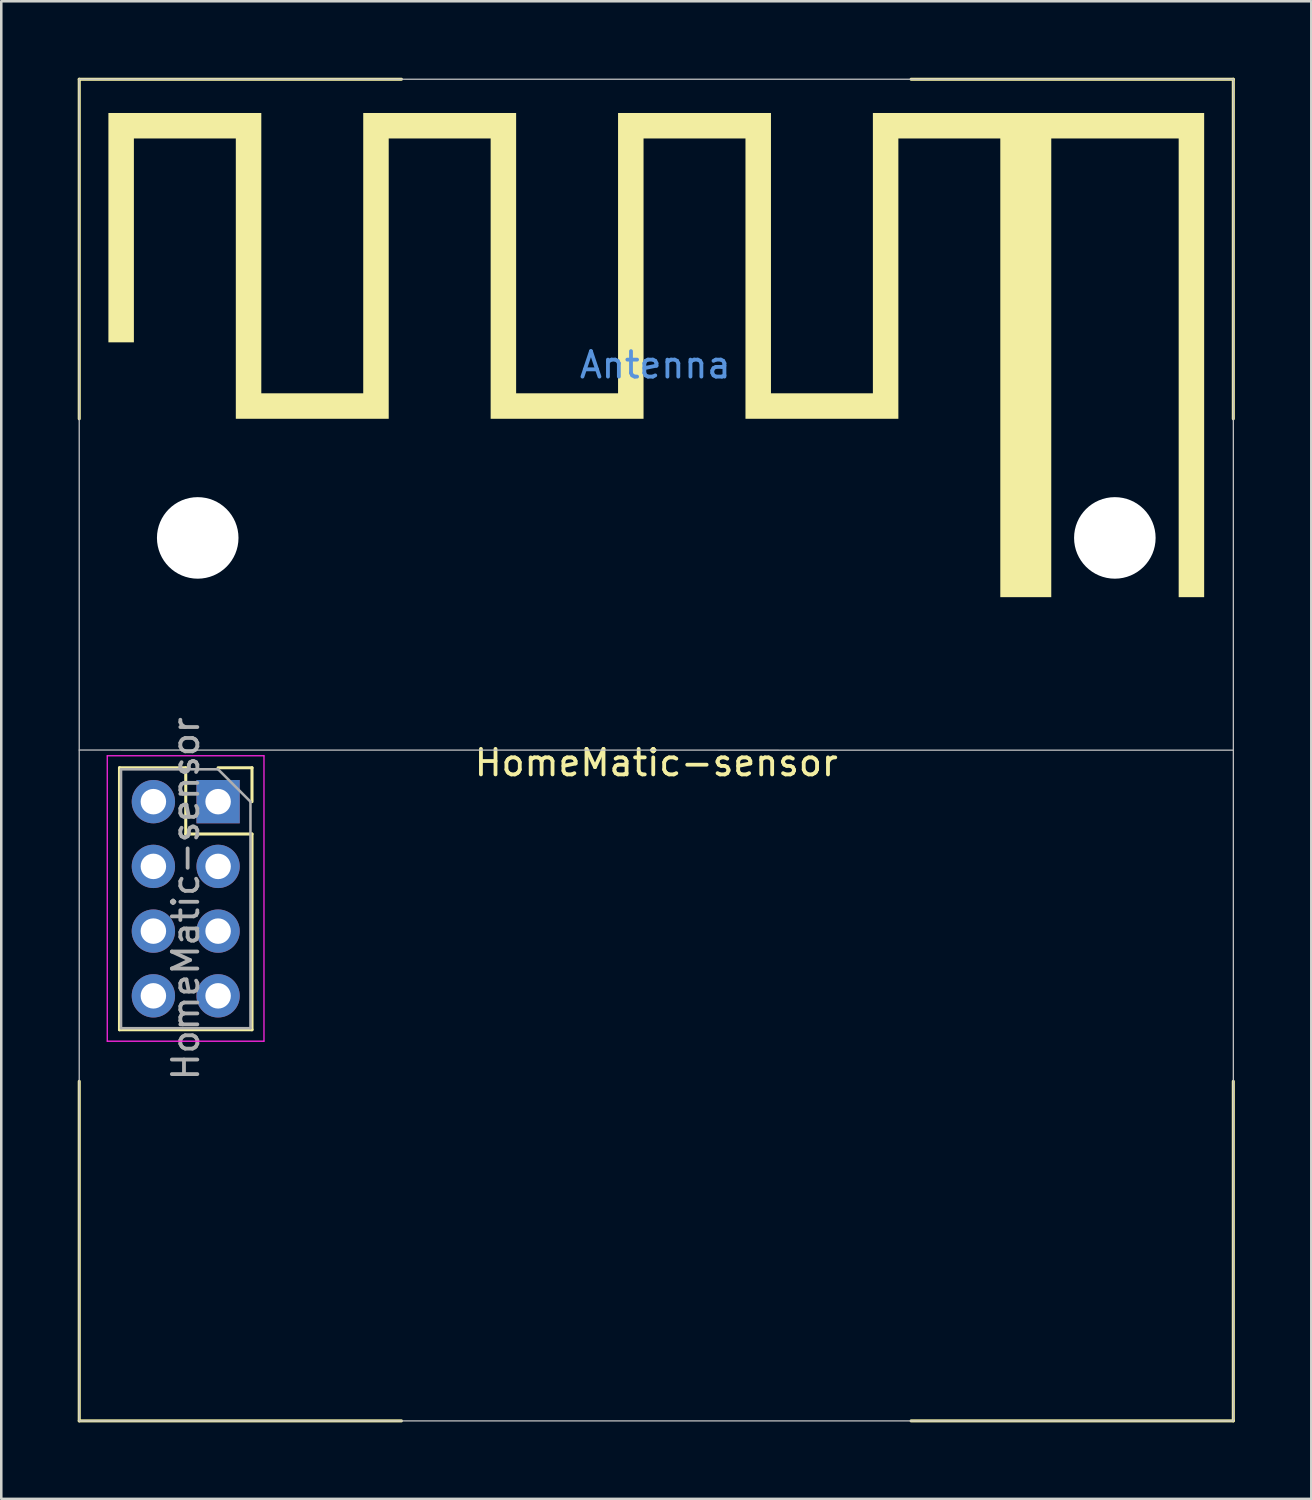
<source format=kicad_pcb>
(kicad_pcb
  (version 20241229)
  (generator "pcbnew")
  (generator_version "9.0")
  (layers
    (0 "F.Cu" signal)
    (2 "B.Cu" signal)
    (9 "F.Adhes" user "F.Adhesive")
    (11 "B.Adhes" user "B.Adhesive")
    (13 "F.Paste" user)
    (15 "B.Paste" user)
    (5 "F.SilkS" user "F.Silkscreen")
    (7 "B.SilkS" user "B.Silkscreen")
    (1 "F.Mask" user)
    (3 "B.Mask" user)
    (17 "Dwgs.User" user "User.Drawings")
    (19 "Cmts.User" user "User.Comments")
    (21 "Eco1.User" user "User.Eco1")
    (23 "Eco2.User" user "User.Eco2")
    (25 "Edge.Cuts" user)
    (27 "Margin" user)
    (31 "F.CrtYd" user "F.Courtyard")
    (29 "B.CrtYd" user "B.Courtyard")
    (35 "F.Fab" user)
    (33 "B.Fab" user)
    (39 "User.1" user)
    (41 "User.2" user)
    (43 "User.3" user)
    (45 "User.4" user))
  (footprint "HomeMatic-sensor"
    (layer "F.Cu")
    (at 22.704 26.384)
    (property "Reference" "HomeMatic-sensor" (at 0 0.5 0) (layer "F.SilkS") (effects (font (size 1 1) (thickness 0.15))))
    (attr through_hole)
    (fp_line (start -22.644 -26.324) (end -22.644 -13) (stroke (width 0.12) (type solid)) (layer "F.SilkS"))
    (fp_line (start -22.644 -26.324) (end -10.001 -26.324) (stroke (width 0.12) (type solid)) (layer "F.SilkS"))
    (fp_line (start -22.644 26.324) (end -22.644 13) (stroke (width 0.12) (type solid)) (layer "F.SilkS"))
    (fp_line (start -22.644 26.324) (end -10.001 26.324) (stroke (width 0.12) (type solid)) (layer "F.SilkS"))
    (fp_line (start -21.065 0.695) (end -21.065 10.975) (stroke (width 0.12) (type solid)) (layer "F.SilkS"))
    (fp_line (start -18.465 0.695) (end -21.065 0.695) (stroke (width 0.12) (type solid)) (layer "F.SilkS"))
    (fp_line (start -18.465 3.295) (end -18.465 0.695) (stroke (width 0.12) (type solid)) (layer "F.SilkS"))
    (fp_line (start -15.865 0.695) (end -17.195 0.695) (stroke (width 0.12) (type solid)) (layer "F.SilkS"))
    (fp_line (start -15.865 2.025) (end -15.865 0.695) (stroke (width 0.12) (type solid)) (layer "F.SilkS"))
    (fp_line (start -15.865 3.295) (end -18.465 3.295) (stroke (width 0.12) (type solid)) (layer "F.SilkS"))
    (fp_line (start -15.865 3.295) (end -15.865 10.975) (stroke (width 0.12) (type solid)) (layer "F.SilkS"))
    (fp_line (start -15.865 10.975) (end -21.065 10.975) (stroke (width 0.12) (type solid)) (layer "F.SilkS"))
    (fp_line (start 22.644 -26.324) (end 10.001 -26.324) (stroke (width 0.12) (type solid)) (layer "F.SilkS"))
    (fp_line (start 22.644 -26.324) (end 22.644 -13) (stroke (width 0.12) (type solid)) (layer "F.SilkS"))
    (fp_line (start 22.644 26.324) (end 10.001 26.324) (stroke (width 0.12) (type solid)) (layer "F.SilkS"))
    (fp_line (start 22.644 26.324) (end 22.644 13) (stroke (width 0.12) (type solid)) (layer "F.SilkS"))
    (fp_poly (pts (xy 8.5 -14) (xy 4.5 -14) (xy 4.5 -25) (xy -1.5 -25) (xy -1.5 -14) (xy -5.5 -14) (xy -5.5 -25) (xy -11.5 -25) (xy -11.5 -14) (xy -15.5 -14) (xy -15.5 -25) (xy -21.5 -25) (xy -21.5 -16) (xy -20.5 -16) (xy -20.5 -24) (xy -16.5 -24) (xy -16.5 -13) (xy -10.5 -13) (xy -10.5 -24) (xy -6.5 -24) (xy -6.5 -13) (xy -0.5 -13) (xy -0.5 -24) (xy 3.5 -24) (xy 3.5 -13) (xy 9.5 -13) (xy 9.5 -24) (xy 13.5 -24) (xy 13.5 -6) (xy 15.5 -6) (xy 15.5 -24) (xy 20.5 -24) (xy 20.5 -6) (xy 21.5 -6) (xy 21.5 -25) (xy 8.5 -25)) (stroke (width 0) (type solid)) (fill yes) (layer "F.SilkS"))
    (fp_line (start -22.645 -26.325) (end -22.645 26.325) (stroke (width 0.05) (type solid)) (layer "Dwgs.User"))
    (fp_line (start -22.645 0) (end 22.645 0.005) (stroke (width 0.05) (type solid)) (layer "Dwgs.User"))
    (fp_line (start -22.645 26.325) (end 22.645 26.325) (stroke (width 0.05) (type solid)) (layer "Dwgs.User"))
    (fp_line (start 22.645 -26.325) (end -22.645 -26.325) (stroke (width 0.05) (type solid)) (layer "Dwgs.User"))
    (fp_line (start 22.645 26.325) (end 22.645 -26.325) (stroke (width 0.05) (type solid)) (layer "Dwgs.User"))
    (fp_line (start -21.545 0.225) (end -15.395 0.225) (stroke (width 0.05) (type solid)) (layer "F.CrtYd"))
    (fp_line (start -21.545 11.425) (end -21.545 0.225) (stroke (width 0.05) (type solid)) (layer "F.CrtYd"))
    (fp_line (start -15.395 0.225) (end -15.395 11.425) (stroke (width 0.05) (type solid)) (layer "F.CrtYd"))
    (fp_line (start -15.395 11.425) (end -21.545 11.425) (stroke (width 0.05) (type solid)) (layer "F.CrtYd"))
    (fp_line (start -21.005 0.755) (end -21.005 10.915) (stroke (width 0.1) (type solid)) (layer "F.Fab"))
    (fp_line (start -21.005 10.915) (end -15.925 10.915) (stroke (width 0.1) (type solid)) (layer "F.Fab"))
    (fp_line (start -17.195 0.755) (end -21.005 0.755) (stroke (width 0.1) (type solid)) (layer "F.Fab"))
    (fp_line (start -15.925 2.025) (end -17.195 0.755) (stroke (width 0.1) (type solid)) (layer "F.Fab"))
    (fp_line (start -15.925 10.915) (end -15.925 2.025) (stroke (width 0.1) (type solid)) (layer "F.Fab"))
    (fp_text user "Antenna" (at -0.04 -15.11 0) (layer "Cmts.User") (effects (font (size 1 1) (thickness 0.15))))
    (fp_text user "${REFERENCE}" (at -18.465 5.835 90) (layer "F.Fab") (effects (font (size 1 1) (thickness 0.15))))
    (pad "" np_thru_hole circle (at -17.995 -8.325) (size 3.2 3.2) (drill 3.2) (layers "*.Cu" "*.Mask"))
    (pad "" np_thru_hole circle (at 17.995 -8.325) (size 3.2 3.2) (drill 3.2) (layers "*.Cu" "*.Mask"))
    (pad "1" thru_hole rect (at -17.195 2.025) (size 1.7 1.7) (drill 1) (layers "*.Cu" "*.Mask"))
    (pad "2" thru_hole circle (at -19.735 2.025) (size 1.7 1.7) (drill 1) (layers "*.Cu" "*.Mask"))
    (pad "3" thru_hole circle (at -17.195 4.565) (size 1.7 1.7) (drill 1) (layers "*.Cu" "*.Mask"))
    (pad "4" thru_hole circle (at -19.735 4.565) (size 1.7 1.7) (drill 1) (layers "*.Cu" "*.Mask"))
    (pad "5" thru_hole circle (at -17.195 7.105) (size 1.7 1.7) (drill 1) (layers "*.Cu" "*.Mask"))
    (pad "6" thru_hole circle (at -19.735 7.105) (size 1.7 1.7) (drill 1) (layers "*.Cu" "*.Mask"))
    (pad "7" thru_hole circle (at -17.195 9.645) (size 1.7 1.7) (drill 1) (layers "*.Cu" "*.Mask"))
    (pad "8" thru_hole circle (at -19.735 9.645) (size 1.7 1.7) (drill 1) (layers "*.Cu" "*.Mask")))
  (gr_rect
    (start -3 -3)
    (end 48.408 55.768)
    (stroke (width 0.1) (type default))
    (fill no)
    (layer "Edge.Cuts")))
</source>
